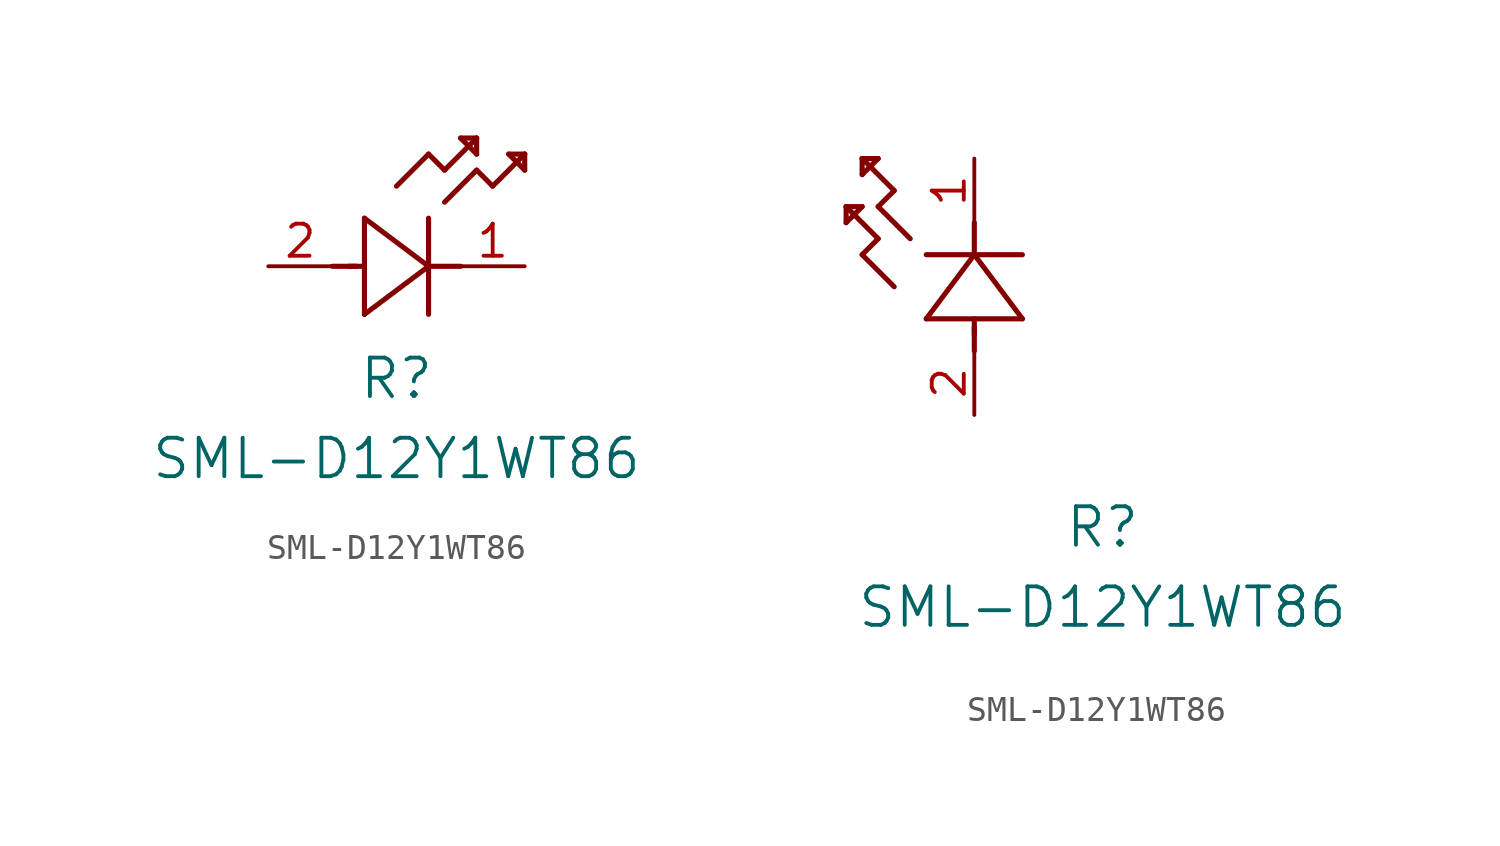
<source format=kicad_sym>
(kicad_symbol_lib
  (version 20211014)
  (generator kicad_symbol_editor)
  (symbol "SML-D12Y1WT86"
    (pin_names
      (offset 0.254))
    (property "Reference" "R"
      (at 5.08 -4.445 0)
      (effects (font (size 1.524 1.524))))
    (property "Value" "SML-D12Y1WT86"
      (at 5.08 -7.62 0)
      (effects (font (size 1.524 1.524))))
    (symbol "SML-D12Y1WT86_1_1"
      (polyline (pts (xy 2.54 0) (xy 3.48 0)) (stroke (width 0.203) (type default) (color 0 0 0 0)) (fill (type none)))
      (polyline (pts (xy 3.81 1.905) (xy 3.81 -1.905)) (stroke (width 0.203) (type default) (color 0 0 0 0)) (fill (type none)))
      (polyline (pts (xy 3.175 0) (xy 3.81 0)) (stroke (width 0.203) (type default) (color 0 0 0 0)) (fill (type none)))
      (polyline (pts (xy 6.35 -1.905) (xy 6.35 1.905)) (stroke (width 0.203) (type default) (color 0 0 0 0)) (fill (type none)))
      (polyline (pts (xy 6.35 0) (xy 7.62 0)) (stroke (width 0.203) (type default) (color 0 0 0 0)) (fill (type none)))
      (polyline (pts (xy 6.35 4.445) (xy 6.985 3.81)) (stroke (width 0.203) (type default) (color 0 0 0 0)) (fill (type none)))
      (polyline (pts (xy 6.985 3.81) (xy 8.255 5.08)) (stroke (width 0.203) (type default) (color 0 0 0 0)) (fill (type none)))
      (polyline (pts (xy 8.255 3.81) (xy 8.89 3.175)) (stroke (width 0.203) (type default) (color 0 0 0 0)) (fill (type none)))
      (polyline (pts (xy 8.89 3.175) (xy 10.16 4.445)) (stroke (width 0.203) (type default) (color 0 0 0 0)) (fill (type none)))
      (polyline (pts (xy 8.255 5.08) (xy 7.62 5.08)) (stroke (width 0.203) (type default) (color 0 0 0 0)) (fill (type none)))
      (polyline (pts (xy 7.62 5.08) (xy 8.255 4.445)) (stroke (width 0.203) (type default) (color 0 0 0 0)) (fill (type none)))
      (polyline (pts (xy 8.255 4.445) (xy 8.255 5.08)) (stroke (width 0.203) (type default) (color 0 0 0 0)) (fill (type none)))
      (polyline (pts (xy 10.16 4.445) (xy 9.525 4.445)) (stroke (width 0.203) (type default) (color 0 0 0 0)) (fill (type none)))
      (polyline (pts (xy 9.525 4.445) (xy 10.16 3.81)) (stroke (width 0.203) (type default) (color 0 0 0 0)) (fill (type none)))
      (polyline (pts (xy 10.16 3.81) (xy 10.16 4.445)) (stroke (width 0.203) (type default) (color 0 0 0 0)) (fill (type none)))
      (polyline (pts (xy 6.985 2.54) (xy 8.255 3.81)) (stroke (width 0.203) (type default) (color 0 0 0 0)) (fill (type none)))
      (polyline (pts (xy 6.35 0) (xy 3.81 1.905)) (stroke (width 0.203) (type default) (color 0 0 0 0)) (fill (type none)))
      (polyline (pts (xy 3.81 -1.905) (xy 6.35 0)) (stroke (width 0.203) (type default) (color 0 0 0 0)) (fill (type none)))
      (polyline (pts (xy 5.08 3.175) (xy 6.35 4.445)) (stroke (width 0.203) (type default) (color 0 0 0 0)) (fill (type none)))
      (pin unspecified line (at 10.16 0 180) (length 2.54) (name "" (effects (font (size 1.27 1.27)))) (number "1" (effects (font (size 1.27 1.27)))))
      (pin unspecified line (at 0 0 0) (length 2.54) (name "" (effects (font (size 1.27 1.27)))) (number "2" (effects (font (size 1.27 1.27))))))
    (symbol "SML-D12Y1WT86_1_2"
      (polyline (pts (xy 0 2.54) (xy 0 3.48)) (stroke (width 0.203) (type default) (color 0 0 0 0)) (fill (type none)))
      (polyline (pts (xy -1.905 3.81) (xy 1.905 3.81)) (stroke (width 0.203) (type default) (color 0 0 0 0)) (fill (type none)))
      (polyline (pts (xy 0 3.175) (xy 0 3.81)) (stroke (width 0.203) (type default) (color 0 0 0 0)) (fill (type none)))
      (polyline (pts (xy 1.905 6.35) (xy -1.905 6.35)) (stroke (width 0.203) (type default) (color 0 0 0 0)) (fill (type none)))
      (polyline (pts (xy 0 6.35) (xy 0 7.62)) (stroke (width 0.203) (type default) (color 0 0 0 0)) (fill (type none)))
      (polyline (pts (xy 0 6.35) (xy -1.905 3.81)) (stroke (width 0.203) (type default) (color 0 0 0 0)) (fill (type none)))
      (polyline (pts (xy 1.905 3.81) (xy 0 6.35)) (stroke (width 0.203) (type default) (color 0 0 0 0)) (fill (type none)))
      (polyline (pts (xy -4.445 6.35) (xy -3.81 6.985)) (stroke (width 0.203) (type default) (color 0 0 0 0)) (fill (type none)))
      (polyline (pts (xy -2.54 6.985) (xy -3.81 8.255)) (stroke (width 0.203) (type default) (color 0 0 0 0)) (fill (type none)))
      (polyline (pts (xy -3.175 5.08) (xy -4.445 6.35)) (stroke (width 0.203) (type default) (color 0 0 0 0)) (fill (type none)))
      (polyline (pts (xy -4.445 10.16) (xy -4.445 9.525)) (stroke (width 0.203) (type default) (color 0 0 0 0)) (fill (type none)))
      (polyline (pts (xy -4.445 9.525) (xy -3.81 10.16)) (stroke (width 0.203) (type default) (color 0 0 0 0)) (fill (type none)))
      (polyline (pts (xy -3.81 10.16) (xy -4.445 10.16)) (stroke (width 0.203) (type default) (color 0 0 0 0)) (fill (type none)))
      (polyline (pts (xy -3.81 8.255) (xy -3.175 8.89)) (stroke (width 0.203) (type default) (color 0 0 0 0)) (fill (type none)))
      (polyline (pts (xy -3.175 8.89) (xy -4.445 10.16)) (stroke (width 0.203) (type default) (color 0 0 0 0)) (fill (type none)))
      (polyline (pts (xy -3.81 6.985) (xy -5.08 8.255)) (stroke (width 0.203) (type default) (color 0 0 0 0)) (fill (type none)))
      (polyline (pts (xy -5.08 8.255) (xy -5.08 7.62)) (stroke (width 0.203) (type default) (color 0 0 0 0)) (fill (type none)))
      (polyline (pts (xy -5.08 7.62) (xy -4.445 8.255)) (stroke (width 0.203) (type default) (color 0 0 0 0)) (fill (type none)))
      (polyline (pts (xy -4.445 8.255) (xy -5.08 8.255)) (stroke (width 0.203) (type default) (color 0 0 0 0)) (fill (type none)))
      (pin unspecified line (at 0 10.16 270) (length 2.54) (name "" (effects (font (size 1.27 1.27)))) (number "1" (effects (font (size 1.27 1.27)))))
      (pin unspecified line (at 0 0 90) (length 2.54) (name "" (effects (font (size 1.27 1.27)))) (number "2" (effects (font (size 1.27 1.27))))))))
</source>
